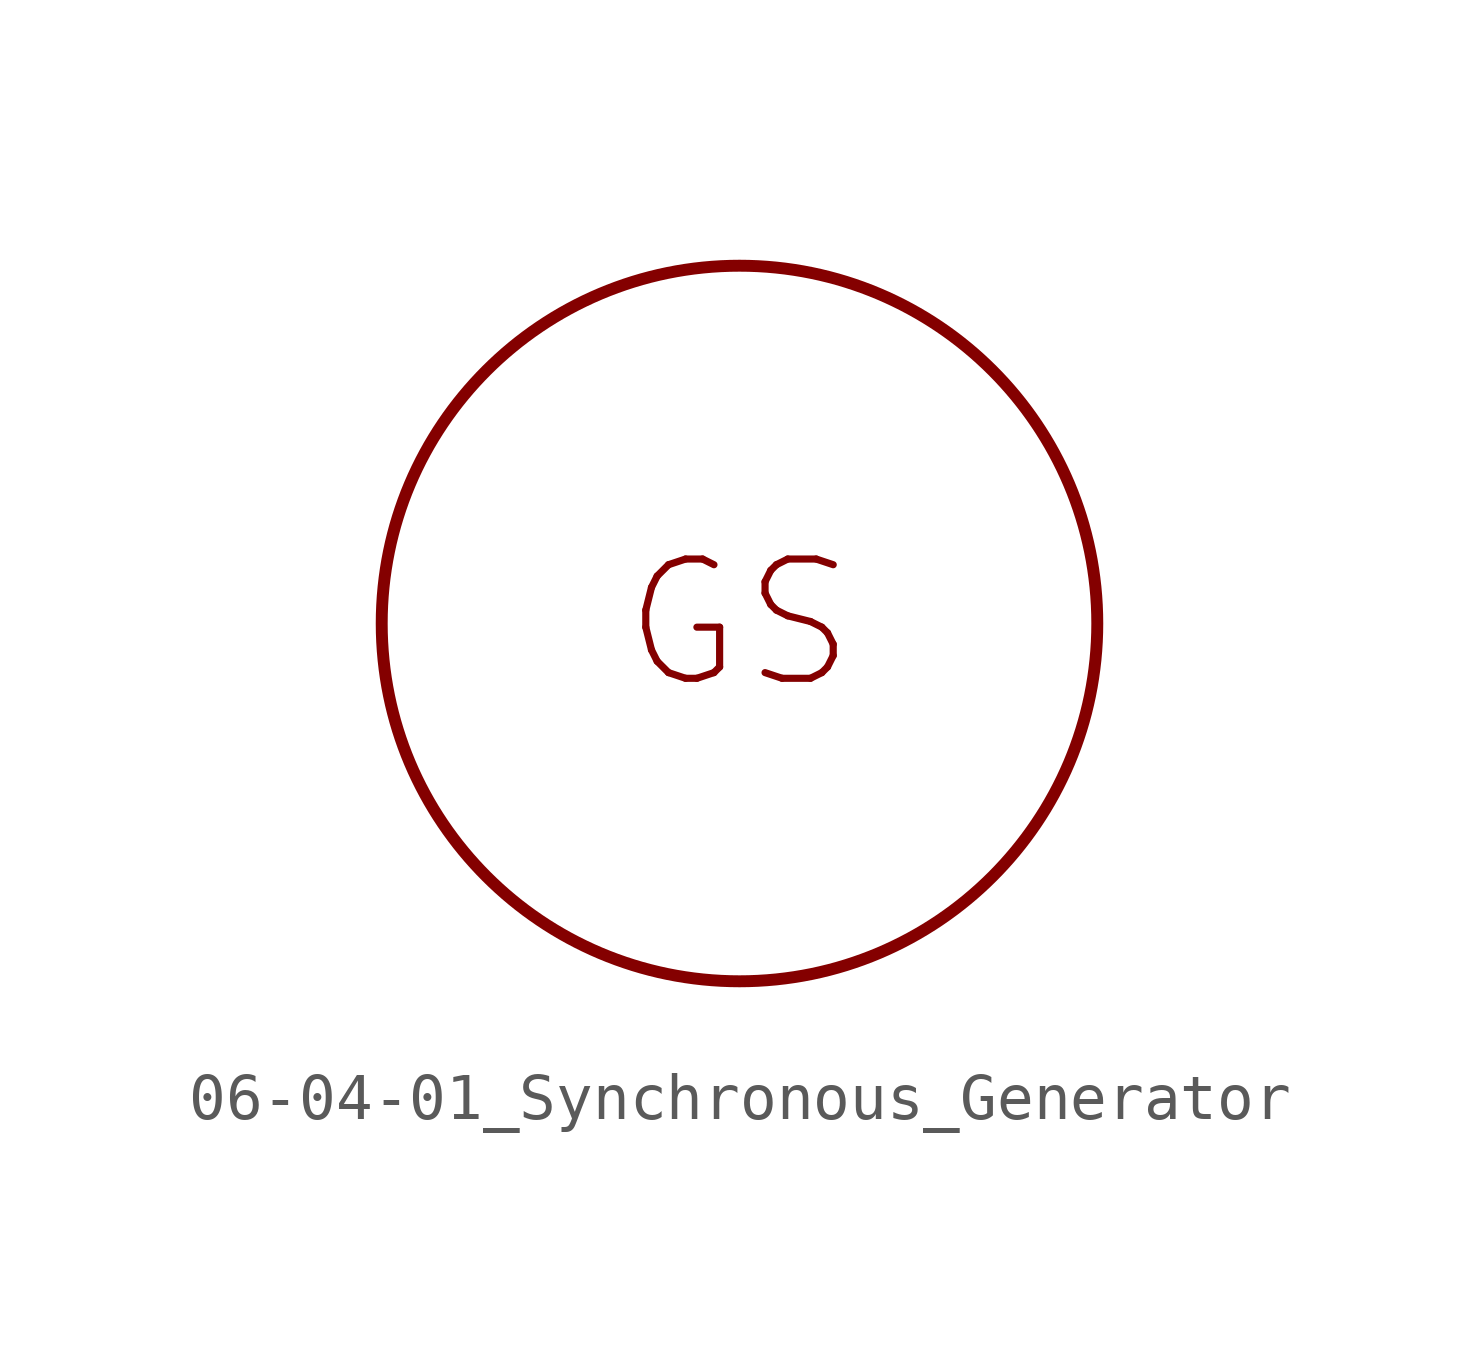
<source format=kicad_sym>
(kicad_symbol_lib
  (version 20201005)
  (generator kicad_symbol_editor)
  (symbol "Symbol_IEC_60617-6:06-04-01_Synchronous_Generator"
    (property "Reference" "#SYM"
      (at 0 0 0)
      (effects (font (size 1.27 1.27)) hide))
    (symbol "06-04-01_Synchronous_Generator_0_1"
      (circle (center 0 0) (radius 7.62) (stroke (width 0.254)) (fill (type none))))
    (symbol "06-04-01_Synchronous_Generator_1_1"
      (text "GS" (at 0 0 0) (effects (font (size 2.54 2.54)))))))
</source>
